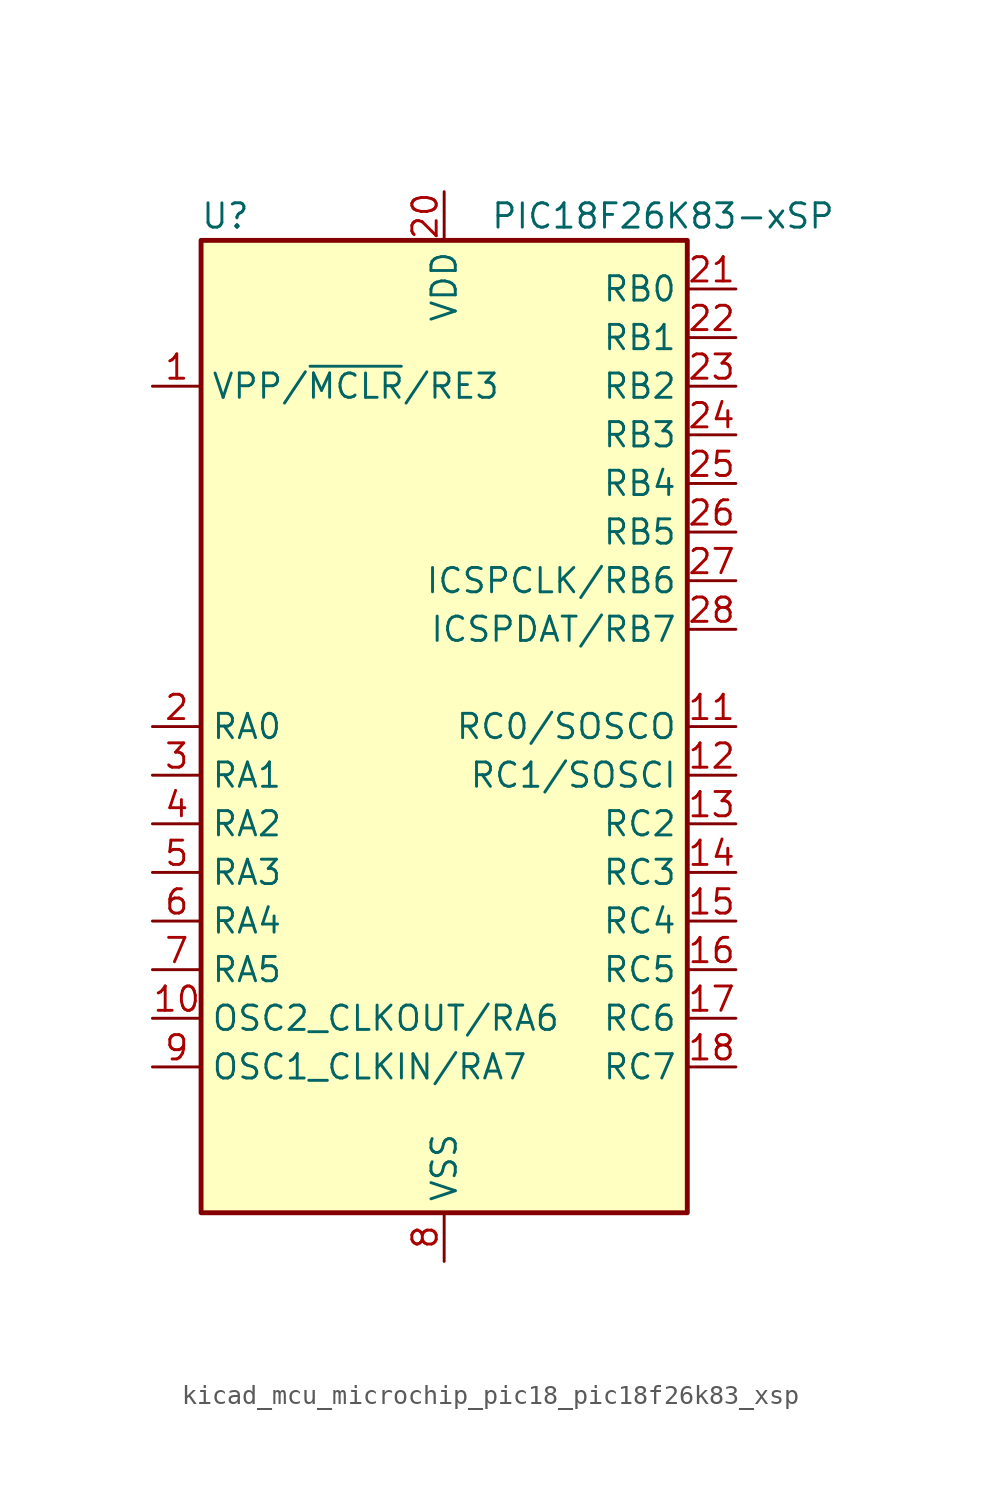
<source format=kicad_sym>
(kicad_symbol_lib
  (version 20220914)
  (generator kicad_symbol_editor)
  (symbol "kicad_mcu_microchip_pic18_pic18f26k83_xsp"
    (property "Reference" "U"
      (at -11.43 26.67 0)
      (effects (font (size 1.27 1.27))))
    (property "Value" "PIC18F26K83-xSP"
      (at 11.43 26.67 0)
      (effects (font (size 1.27 1.27))))
    (symbol "kicad_mcu_microchip_pic18_pic18f26k83_xsp_0_1"
      (rectangle (start -12.7 -25.4) (end 12.7 25.4) (stroke (width 0.254) (type default)) (fill (type background))))
    (symbol "kicad_mcu_microchip_pic18_pic18f26k83_xsp_1_1"
      (pin input line (at -15.24 17.78 0) (length 2.54) (name "VPP/~{MCLR}/RE3" (effects (font (size 1.27 1.27)))) (number "1" (effects (font (size 1.27 1.27)))))
      (pin bidirectional line (at -15.24 -15.24 0) (length 2.54) (name "OSC2_CLKOUT/RA6" (effects (font (size 1.27 1.27)))) (number "10" (effects (font (size 1.27 1.27)))))
      (pin bidirectional line (at 15.24 0 180) (length 2.54) (name "RC0/SOSCO" (effects (font (size 1.27 1.27)))) (number "11" (effects (font (size 1.27 1.27)))))
      (pin bidirectional line (at 15.24 -2.54 180) (length 2.54) (name "RC1/SOSCI" (effects (font (size 1.27 1.27)))) (number "12" (effects (font (size 1.27 1.27)))))
      (pin bidirectional line (at 15.24 -5.08 180) (length 2.54) (name "RC2" (effects (font (size 1.27 1.27)))) (number "13" (effects (font (size 1.27 1.27)))))
      (pin bidirectional line (at 15.24 -7.62 180) (length 2.54) (name "RC3" (effects (font (size 1.27 1.27)))) (number "14" (effects (font (size 1.27 1.27)))))
      (pin bidirectional line (at 15.24 -10.16 180) (length 2.54) (name "RC4" (effects (font (size 1.27 1.27)))) (number "15" (effects (font (size 1.27 1.27)))))
      (pin bidirectional line (at 15.24 -12.7 180) (length 2.54) (name "RC5" (effects (font (size 1.27 1.27)))) (number "16" (effects (font (size 1.27 1.27)))))
      (pin bidirectional line (at 15.24 -15.24 180) (length 2.54) (name "RC6" (effects (font (size 1.27 1.27)))) (number "17" (effects (font (size 1.27 1.27)))))
      (pin bidirectional line (at 15.24 -17.78 180) (length 2.54) (name "RC7" (effects (font (size 1.27 1.27)))) (number "18" (effects (font (size 1.27 1.27)))))
      (pin passive line (at 0 -27.94 90) (length 2.54) hide (name "VSS" (effects (font (size 1.27 1.27)))) (number "19" (effects (font (size 1.27 1.27)))))
      (pin bidirectional line (at -15.24 0 0) (length 2.54) (name "RA0" (effects (font (size 1.27 1.27)))) (number "2" (effects (font (size 1.27 1.27)))))
      (pin power_in line (at 0 27.94 270) (length 2.54) (name "VDD" (effects (font (size 1.27 1.27)))) (number "20" (effects (font (size 1.27 1.27)))))
      (pin bidirectional line (at 15.24 22.86 180) (length 2.54) (name "RB0" (effects (font (size 1.27 1.27)))) (number "21" (effects (font (size 1.27 1.27)))))
      (pin bidirectional line (at 15.24 20.32 180) (length 2.54) (name "RB1" (effects (font (size 1.27 1.27)))) (number "22" (effects (font (size 1.27 1.27)))))
      (pin bidirectional line (at 15.24 17.78 180) (length 2.54) (name "RB2" (effects (font (size 1.27 1.27)))) (number "23" (effects (font (size 1.27 1.27)))))
      (pin bidirectional line (at 15.24 15.24 180) (length 2.54) (name "RB3" (effects (font (size 1.27 1.27)))) (number "24" (effects (font (size 1.27 1.27)))))
      (pin bidirectional line (at 15.24 12.7 180) (length 2.54) (name "RB4" (effects (font (size 1.27 1.27)))) (number "25" (effects (font (size 1.27 1.27)))))
      (pin bidirectional line (at 15.24 10.16 180) (length 2.54) (name "RB5" (effects (font (size 1.27 1.27)))) (number "26" (effects (font (size 1.27 1.27)))))
      (pin bidirectional line (at 15.24 7.62 180) (length 2.54) (name "ICSPCLK/RB6" (effects (font (size 1.27 1.27)))) (number "27" (effects (font (size 1.27 1.27)))))
      (pin bidirectional line (at 15.24 5.08 180) (length 2.54) (name "ICSPDAT/RB7" (effects (font (size 1.27 1.27)))) (number "28" (effects (font (size 1.27 1.27)))))
      (pin bidirectional line (at -15.24 -2.54 0) (length 2.54) (name "RA1" (effects (font (size 1.27 1.27)))) (number "3" (effects (font (size 1.27 1.27)))))
      (pin bidirectional line (at -15.24 -5.08 0) (length 2.54) (name "RA2" (effects (font (size 1.27 1.27)))) (number "4" (effects (font (size 1.27 1.27)))))
      (pin bidirectional line (at -15.24 -7.62 0) (length 2.54) (name "RA3" (effects (font (size 1.27 1.27)))) (number "5" (effects (font (size 1.27 1.27)))))
      (pin bidirectional line (at -15.24 -10.16 0) (length 2.54) (name "RA4" (effects (font (size 1.27 1.27)))) (number "6" (effects (font (size 1.27 1.27)))))
      (pin bidirectional line (at -15.24 -12.7 0) (length 2.54) (name "RA5" (effects (font (size 1.27 1.27)))) (number "7" (effects (font (size 1.27 1.27)))))
      (pin power_in line (at 0 -27.94 90) (length 2.54) (name "VSS" (effects (font (size 1.27 1.27)))) (number "8" (effects (font (size 1.27 1.27)))))
      (pin bidirectional line (at -15.24 -17.78 0) (length 2.54) (name "OSC1_CLKIN/RA7" (effects (font (size 1.27 1.27)))) (number "9" (effects (font (size 1.27 1.27))))))))
</source>
